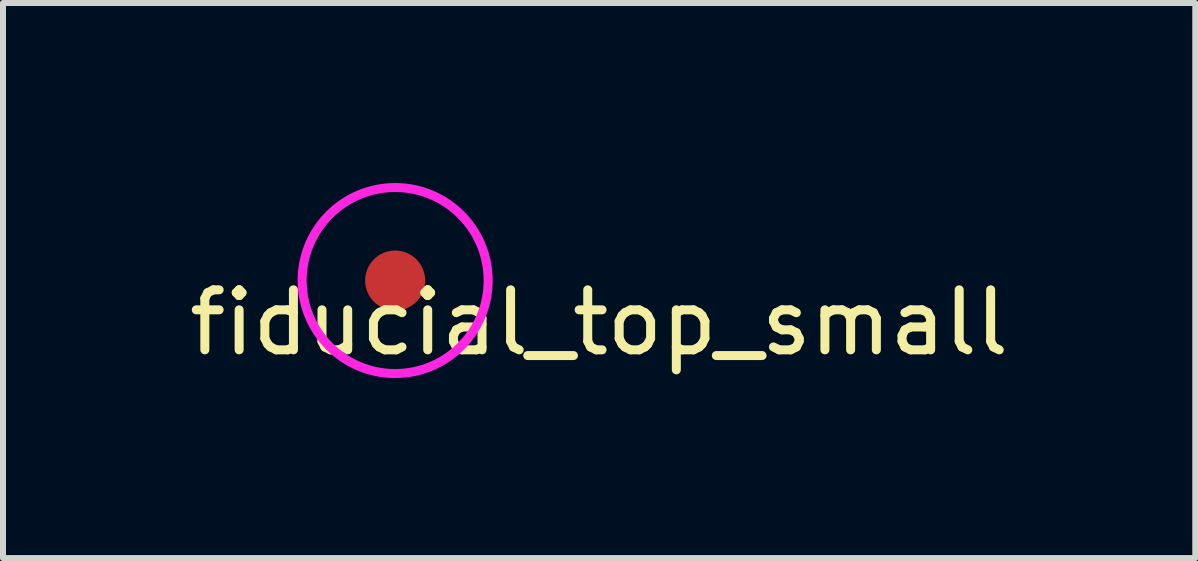
<source format=kicad_pcb>
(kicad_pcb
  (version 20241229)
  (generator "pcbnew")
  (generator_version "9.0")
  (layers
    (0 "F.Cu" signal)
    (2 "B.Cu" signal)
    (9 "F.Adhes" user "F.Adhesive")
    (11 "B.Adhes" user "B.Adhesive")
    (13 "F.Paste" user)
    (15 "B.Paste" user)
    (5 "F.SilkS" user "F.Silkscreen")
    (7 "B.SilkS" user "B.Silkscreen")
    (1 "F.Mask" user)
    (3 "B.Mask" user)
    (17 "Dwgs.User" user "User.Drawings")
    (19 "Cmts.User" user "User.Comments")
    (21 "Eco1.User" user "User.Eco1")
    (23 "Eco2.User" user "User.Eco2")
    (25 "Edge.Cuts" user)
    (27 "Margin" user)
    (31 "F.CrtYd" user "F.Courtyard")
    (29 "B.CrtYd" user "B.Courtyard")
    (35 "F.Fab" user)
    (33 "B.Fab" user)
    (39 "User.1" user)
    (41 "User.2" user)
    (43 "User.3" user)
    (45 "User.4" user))
  (footprint "fiducial_top_small"
    (layer "F.Cu")
    (at 3.535 1.625)
    (property "Reference" "fiducial_top_small" (at 3.4 0.7 0) (layer "F.SilkS") (effects (font (size 1 1) (thickness 0.15))))
    (attr exclude_from_pos_files exclude_from_bom)
    (fp_circle (center 0 0) (end 1.55 0) (stroke (width 0.15) (type solid)) (fill no) (layer "F.CrtYd"))
    (pad "~" smd circle (at 0 0) (size 1 1) (layers "F.Cu" "F.Mask")))
  (gr_rect
    (start -3 -3)
    (end 16.869 6.25)
    (stroke (width 0.1) (type default))
    (fill no)
    (layer "Edge.Cuts")))
</source>
